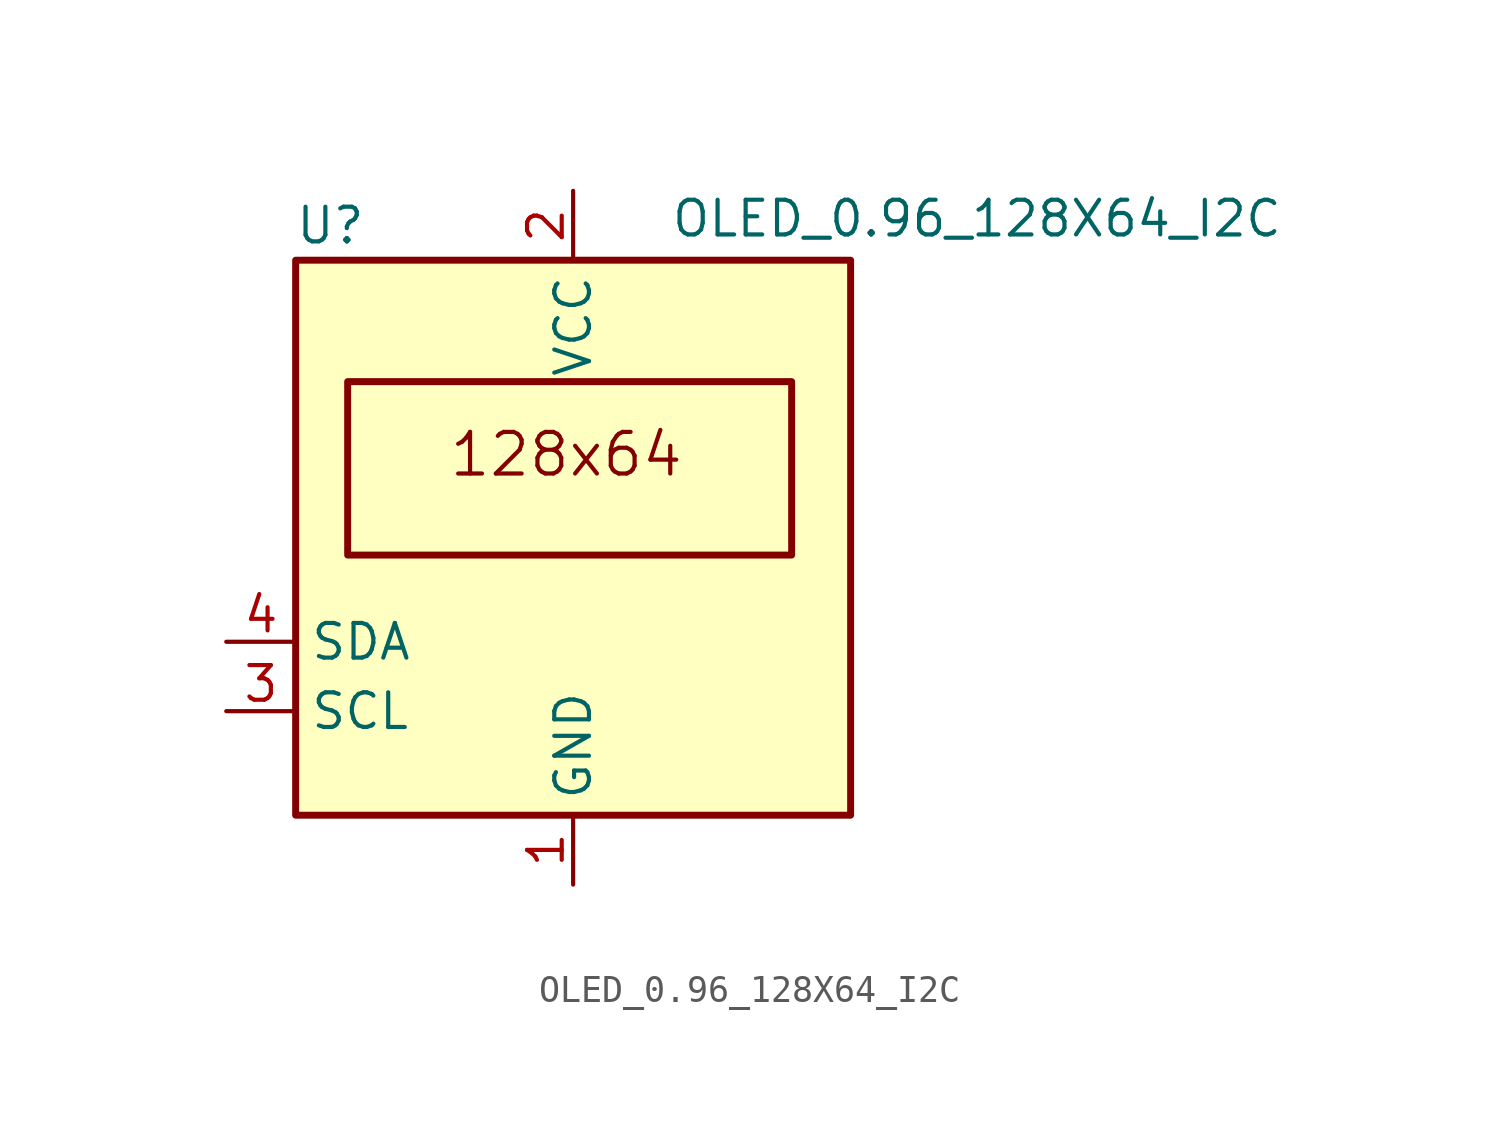
<source format=kicad_sym>
(kicad_symbol_lib
  (version 20231120)
  (generator "kicad_symbol_editor")
  (generator_version "8.0")
  (symbol "OLED_0.96_128X64_I2C"
    (property "Reference" "U"
      (at -8.89 11.43 0)
      (effects (font (size 1.27 1.27))))
    (property "Value" "OLED_0.96_128X64_I2C"
      (at 3.556 11.684 0)
      (effects (font (size 1.27 1.27)) (justify left)))
    (symbol "OLED_0.96_128X64_I2C_0_0"
      (rectangle (start -8.255 5.715) (end 8.001 -0.635) (stroke (width 0.254) (type default)) (fill (type none))))
    (symbol "OLED_0.96_128X64_I2C_0_1"
      (rectangle (start -10.16 10.16) (end 10.16 -10.16) (stroke (width 0.254) (type default)) (fill (type background))))
    (symbol "OLED_0.96_128X64_I2C_1_0"
      (text "128x64" (at -0.254 3.048 0) (effects (font (size 1.524 1.524)))))
    (symbol "OLED_0.96_128X64_I2C_1_1"
      (pin power_in line (at 0 -12.7 90) (length 2.54) (name "GND" (effects (font (size 1.27 1.27)))) (number "1" (effects (font (size 1.27 1.27)))))
      (pin power_in line (at 0 12.7 270) (length 2.54) (name "VCC" (effects (font (size 1.27 1.27)))) (number "2" (effects (font (size 1.27 1.27)))))
      (pin input line (at -12.7 -6.35 0) (length 2.54) (name "SCL" (effects (font (size 1.27 1.27)))) (number "3" (effects (font (size 1.27 1.27)))))
      (pin bidirectional line (at -12.7 -3.81 0) (length 2.54) (name "SDA" (effects (font (size 1.27 1.27)))) (number "4" (effects (font (size 1.27 1.27))))))))
</source>
